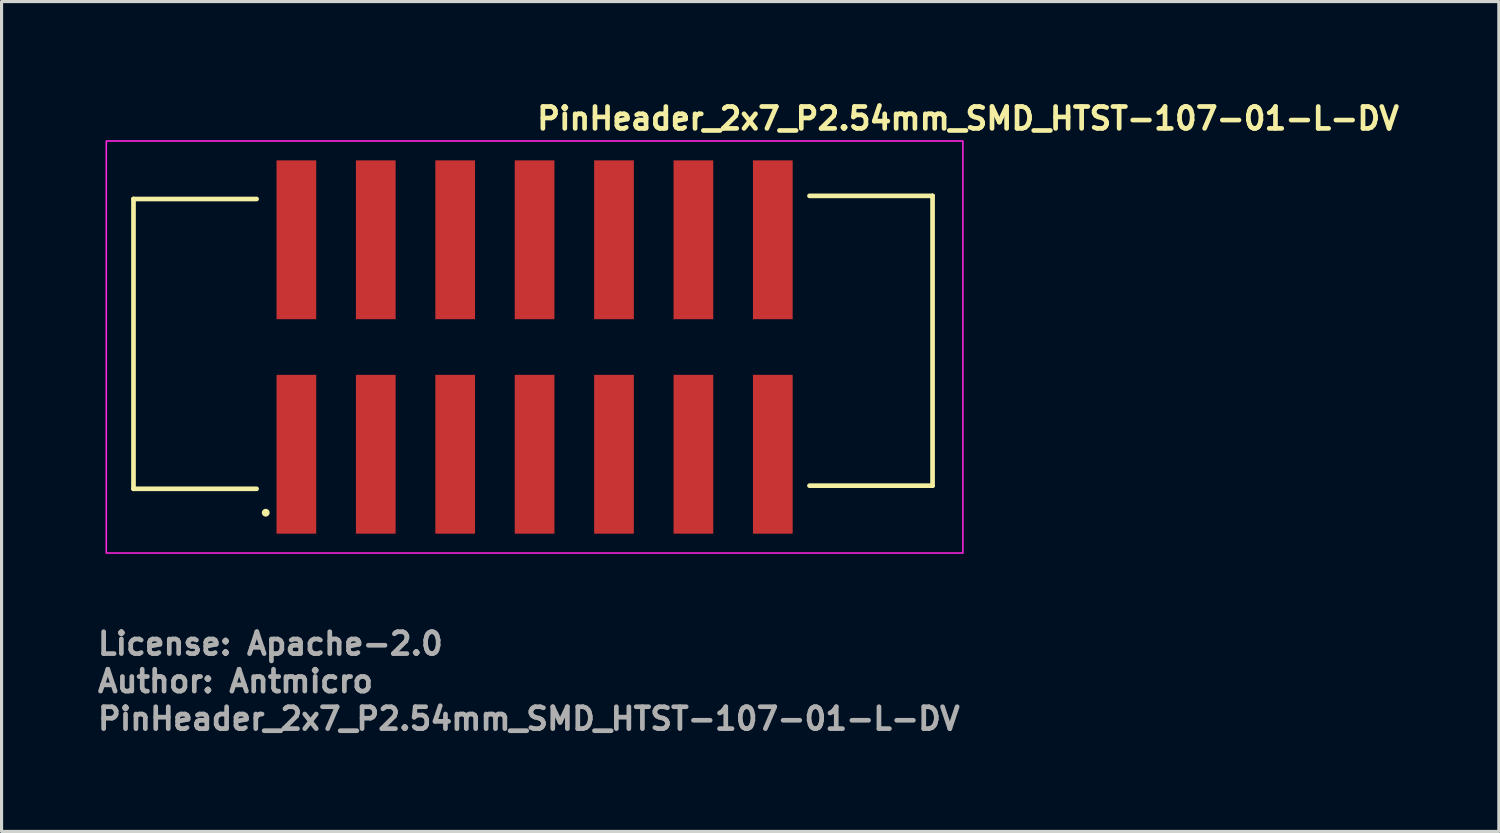
<source format=kicad_pcb>
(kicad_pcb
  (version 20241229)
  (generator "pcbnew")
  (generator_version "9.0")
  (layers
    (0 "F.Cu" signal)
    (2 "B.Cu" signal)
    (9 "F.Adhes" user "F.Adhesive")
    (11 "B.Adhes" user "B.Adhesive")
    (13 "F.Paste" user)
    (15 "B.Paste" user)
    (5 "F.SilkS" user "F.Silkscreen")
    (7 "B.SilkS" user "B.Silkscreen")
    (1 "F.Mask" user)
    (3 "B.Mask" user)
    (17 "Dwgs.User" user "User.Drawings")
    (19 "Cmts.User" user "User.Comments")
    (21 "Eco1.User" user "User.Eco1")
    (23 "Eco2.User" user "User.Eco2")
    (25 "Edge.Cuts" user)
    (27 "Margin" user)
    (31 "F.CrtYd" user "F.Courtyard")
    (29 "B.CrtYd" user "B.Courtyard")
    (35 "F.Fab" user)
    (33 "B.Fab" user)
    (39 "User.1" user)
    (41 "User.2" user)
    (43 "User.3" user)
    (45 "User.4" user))
  (footprint "PinHeader_2x7_P2.54mm_SMD_HTST-107-01-L-DV"
    (layer "F.Cu")
    (at 14.05 8.05)
    (property "Reference" "PinHeader_2x7_P2.54mm_SMD_HTST-107-01-L-DV" (at 0 -6.9 0) (unlocked yes) (layer "F.SilkS") (effects (font (size 0.7 0.7) (thickness 0.15)) (justify left bottom)))
    (attr smd)
    (fp_poly (pts (xy -8.306 -0.838) (xy -8.306 -6.02) (xy -6.934 -6.02) (xy -6.934 -0.838)) (stroke (width 0) (type solid)) (fill yes) (layer "F.Mask"))
    (fp_poly (pts (xy -8.306 6.02) (xy -8.306 0.838) (xy -6.934 0.838) (xy -6.934 6.02)) (stroke (width 0) (type solid)) (fill yes) (layer "F.Mask"))
    (fp_poly (pts (xy -5.766 -0.838) (xy -5.766 -6.02) (xy -4.394 -6.02) (xy -4.394 -0.838)) (stroke (width 0) (type solid)) (fill yes) (layer "F.Mask"))
    (fp_poly (pts (xy -5.766 6.02) (xy -5.766 0.838) (xy -4.394 0.838) (xy -4.394 6.02)) (stroke (width 0) (type solid)) (fill yes) (layer "F.Mask"))
    (fp_poly (pts (xy -3.226 -0.838) (xy -3.226 -6.02) (xy -1.854 -6.02) (xy -1.854 -0.838)) (stroke (width 0) (type solid)) (fill yes) (layer "F.Mask"))
    (fp_poly (pts (xy -3.226 6.02) (xy -3.226 0.838) (xy -1.854 0.838) (xy -1.854 6.02)) (stroke (width 0) (type solid)) (fill yes) (layer "F.Mask"))
    (fp_poly (pts (xy -0.686 -0.838) (xy -0.686 -6.02) (xy 0.686 -6.02) (xy 0.686 -0.838)) (stroke (width 0) (type solid)) (fill yes) (layer "F.Mask"))
    (fp_poly (pts (xy -0.686 6.02) (xy -0.686 0.838) (xy 0.686 0.838) (xy 0.686 6.02)) (stroke (width 0) (type solid)) (fill yes) (layer "F.Mask"))
    (fp_poly (pts (xy 1.854 -0.838) (xy 1.854 -6.02) (xy 3.226 -6.02) (xy 3.226 -0.838)) (stroke (width 0) (type solid)) (fill yes) (layer "F.Mask"))
    (fp_poly (pts (xy 1.854 6.02) (xy 1.854 0.838) (xy 3.226 0.838) (xy 3.226 6.02)) (stroke (width 0) (type solid)) (fill yes) (layer "F.Mask"))
    (fp_poly (pts (xy 4.394 -0.838) (xy 4.394 -6.02) (xy 5.766 -6.02) (xy 5.766 -0.838)) (stroke (width 0) (type solid)) (fill yes) (layer "F.Mask"))
    (fp_poly (pts (xy 4.394 6.02) (xy 4.394 0.838) (xy 5.766 0.838) (xy 5.766 6.02)) (stroke (width 0) (type solid)) (fill yes) (layer "F.Mask"))
    (fp_poly (pts (xy 6.934 -0.838) (xy 6.934 -6.02) (xy 8.306 -6.02) (xy 8.306 -0.838)) (stroke (width 0) (type solid)) (fill yes) (layer "F.Mask"))
    (fp_poly (pts (xy 6.934 6.02) (xy 6.934 0.838) (xy 8.306 0.838) (xy 8.306 6.02)) (stroke (width 0) (type solid)) (fill yes) (layer "F.Mask"))
    (fp_line (start -12.83 4.535) (end -12.83 -4.735) (stroke (width 0.15) (type solid)) (layer "F.SilkS"))
    (fp_line (start -8.893 -4.735) (end -12.83 -4.735) (stroke (width 0.15) (type solid)) (layer "F.SilkS"))
    (fp_line (start -8.893 4.535) (end -12.83 4.535) (stroke (width 0.15) (type solid)) (layer "F.SilkS"))
    (fp_line (start 8.793 -4.835) (end 12.73 -4.835) (stroke (width 0.15) (type solid)) (layer "F.SilkS"))
    (fp_line (start 8.793 4.435) (end 12.73 4.435) (stroke (width 0.15) (type solid)) (layer "F.SilkS"))
    (fp_line (start 12.73 -4.835) (end 12.73 4.435) (stroke (width 0.15) (type solid)) (layer "F.SilkS"))
    (fp_circle (center -8.6 5.3) (end -8.55 5.3) (stroke (width 0.15) (type solid)) (fill yes) (layer "F.SilkS"))
    (fp_poly (pts (xy -8.255 -0.889) (xy -8.255 -5.969) (xy -6.985 -5.969) (xy -6.985 -0.889)) (stroke (width 0) (type solid)) (fill yes) (layer "F.Paste"))
    (fp_poly (pts (xy -8.255 5.969) (xy -8.255 0.889) (xy -6.985 0.889) (xy -6.985 5.969)) (stroke (width 0) (type solid)) (fill yes) (layer "F.Paste"))
    (fp_poly (pts (xy -5.715 -0.889) (xy -5.715 -5.969) (xy -4.445 -5.969) (xy -4.445 -0.889)) (stroke (width 0) (type solid)) (fill yes) (layer "F.Paste"))
    (fp_poly (pts (xy -5.715 5.969) (xy -5.715 0.889) (xy -4.445 0.889) (xy -4.445 5.969)) (stroke (width 0) (type solid)) (fill yes) (layer "F.Paste"))
    (fp_poly (pts (xy -3.175 -0.889) (xy -3.175 -5.969) (xy -1.905 -5.969) (xy -1.905 -0.889)) (stroke (width 0) (type solid)) (fill yes) (layer "F.Paste"))
    (fp_poly (pts (xy -3.175 5.969) (xy -3.175 0.889) (xy -1.905 0.889) (xy -1.905 5.969)) (stroke (width 0) (type solid)) (fill yes) (layer "F.Paste"))
    (fp_poly (pts (xy -0.635 -0.889) (xy -0.635 -5.969) (xy 0.635 -5.969) (xy 0.635 -0.889)) (stroke (width 0) (type solid)) (fill yes) (layer "F.Paste"))
    (fp_poly (pts (xy -0.635 5.969) (xy -0.635 0.889) (xy 0.635 0.889) (xy 0.635 5.969)) (stroke (width 0) (type solid)) (fill yes) (layer "F.Paste"))
    (fp_poly (pts (xy 1.905 -0.889) (xy 1.905 -5.969) (xy 3.175 -5.969) (xy 3.175 -0.889)) (stroke (width 0) (type solid)) (fill yes) (layer "F.Paste"))
    (fp_poly (pts (xy 1.905 5.969) (xy 1.905 0.889) (xy 3.175 0.889) (xy 3.175 5.969)) (stroke (width 0) (type solid)) (fill yes) (layer "F.Paste"))
    (fp_poly (pts (xy 4.445 -0.889) (xy 4.445 -5.969) (xy 5.715 -5.969) (xy 5.715 -0.889)) (stroke (width 0) (type solid)) (fill yes) (layer "F.Paste"))
    (fp_poly (pts (xy 4.445 5.969) (xy 4.445 0.889) (xy 5.715 0.889) (xy 5.715 5.969)) (stroke (width 0) (type solid)) (fill yes) (layer "F.Paste"))
    (fp_poly (pts (xy 6.985 -0.889) (xy 6.985 -5.969) (xy 8.255 -5.969) (xy 8.255 -0.889)) (stroke (width 0) (type solid)) (fill yes) (layer "F.Paste"))
    (fp_poly (pts (xy 6.985 5.969) (xy 6.985 0.889) (xy 8.255 0.889) (xy 8.255 5.969)) (stroke (width 0) (type solid)) (fill yes) (layer "F.Paste"))
    (fp_rect (start -13.7 -6.59) (end 13.7 6.59) (stroke (width 0.05) (type solid)) (fill no) (layer "F.CrtYd"))
    (fp_rect (start -12.7 -5.588) (end 12.7 5.588) (stroke (width 0.1) (type solid)) (fill no) (layer "User.5"))
    (fp_line (start -12.7 -4.826) (end -12.7 4.445) (stroke (width 0.02) (type solid)) (layer "User.9"))
    (fp_line (start -11.875 -3.62) (end -11.875 3.62) (stroke (width 0.02) (type solid)) (layer "User.9"))
    (fp_line (start -11.875 -3.62) (end -11.43 -3.175) (stroke (width 0.02) (type solid)) (layer "User.9"))
    (fp_line (start -11.875 3.62) (end -11.43 3.175) (stroke (width 0.02) (type solid)) (layer "User.9"))
    (fp_line (start -11.875 3.62) (end -2.54 3.62) (stroke (width 0.02) (type solid)) (layer "User.9"))
    (fp_line (start -11.43 -4.826) (end -12.7 -4.826) (stroke (width 0.02) (type solid)) (layer "User.9"))
    (fp_line (start -11.43 -4.445) (end -11.43 -4.826) (stroke (width 0.02) (type solid)) (layer "User.9"))
    (fp_line (start -11.43 -3.175) (end -11.43 3.175) (stroke (width 0.02) (type solid)) (layer "User.9"))
    (fp_line (start -11.43 3.175) (end -2.54 3.175) (stroke (width 0.02) (type solid)) (layer "User.9"))
    (fp_line (start -8.255 4.191) (end -8.255 4.445) (stroke (width 0.02) (type solid)) (layer "User.9"))
    (fp_line (start -8.255 4.191) (end -8.255 4.445) (stroke (width 0.02) (type solid)) (layer "User.9"))
    (fp_line (start -8.255 4.445) (end -12.7 4.445) (stroke (width 0.02) (type solid)) (layer "User.9"))
    (fp_line (start -8.23 4.445) (end -8.255 4.445) (stroke (width 0.02) (type solid)) (layer "User.9"))
    (fp_line (start -8.23 4.445) (end -8.23 4.216) (stroke (width 0.02) (type solid)) (layer "User.9"))
    (fp_line (start -7.938 -5.588) (end -7.938 -5.429) (stroke (width 0.02) (type solid)) (layer "User.9"))
    (fp_line (start -7.938 -5.429) (end -7.938 -4.445) (stroke (width 0.02) (type solid)) (layer "User.9"))
    (fp_line (start -7.938 -1.587) (end -7.938 -1.429) (stroke (width 0.02) (type solid)) (layer "User.9"))
    (fp_line (start -7.938 -1.429) (end -7.938 -1.111) (stroke (width 0.02) (type solid)) (layer "User.9"))
    (fp_line (start -7.938 -1.111) (end -7.938 -0.952) (stroke (width 0.02) (type solid)) (layer "User.9"))
    (fp_line (start -7.938 0.952) (end -7.938 1.111) (stroke (width 0.02) (type solid)) (layer "User.9"))
    (fp_line (start -7.938 1.111) (end -7.938 1.429) (stroke (width 0.02) (type solid)) (layer "User.9"))
    (fp_line (start -7.938 1.429) (end -7.938 1.587) (stroke (width 0.02) (type solid)) (layer "User.9"))
    (fp_line (start -7.938 4.445) (end -7.938 5.429) (stroke (width 0.02) (type solid)) (layer "User.9"))
    (fp_line (start -7.938 5.429) (end -7.938 5.588) (stroke (width 0.02) (type solid)) (layer "User.9"))
    (fp_line (start -7.62 4.445) (end -8.23 4.445) (stroke (width 0.02) (type solid)) (layer "User.9"))
    (fp_line (start -7.62 4.445) (end -7.62 4.216) (stroke (width 0.02) (type solid)) (layer "User.9"))
    (fp_line (start -7.302 -5.588) (end -7.938 -5.588) (stroke (width 0.02) (type solid)) (layer "User.9"))
    (fp_line (start -7.302 -5.588) (end -7.302 -5.429) (stroke (width 0.02) (type solid)) (layer "User.9"))
    (fp_line (start -7.302 -5.429) (end -7.938 -5.429) (stroke (width 0.02) (type solid)) (layer "User.9"))
    (fp_line (start -7.302 -5.429) (end -7.302 -4.445) (stroke (width 0.02) (type solid)) (layer "User.9"))
    (fp_line (start -7.302 -1.587) (end -7.938 -1.587) (stroke (width 0.02) (type solid)) (layer "User.9"))
    (fp_line (start -7.302 -1.587) (end -7.302 -1.429) (stroke (width 0.02) (type solid)) (layer "User.9"))
    (fp_line (start -7.302 -1.429) (end -7.938 -1.429) (stroke (width 0.02) (type solid)) (layer "User.9"))
    (fp_line (start -7.302 -1.429) (end -7.302 -1.111) (stroke (width 0.02) (type solid)) (layer "User.9"))
    (fp_line (start -7.302 -1.111) (end -7.938 -1.111) (stroke (width 0.02) (type solid)) (layer "User.9"))
    (fp_line (start -7.302 -1.111) (end -7.302 -0.952) (stroke (width 0.02) (type solid)) (layer "User.9"))
    (fp_line (start -7.302 -0.952) (end -7.938 -0.952) (stroke (width 0.02) (type solid)) (layer "User.9"))
    (fp_line (start -7.302 0.952) (end -7.938 0.952) (stroke (width 0.02) (type solid)) (layer "User.9"))
    (fp_line (start -7.302 0.952) (end -7.302 1.111) (stroke (width 0.02) (type solid)) (layer "User.9"))
    (fp_line (start -7.302 1.111) (end -7.938 1.111) (stroke (width 0.02) (type solid)) (layer "User.9"))
    (fp_line (start -7.302 1.111) (end -7.302 1.429) (stroke (width 0.02) (type solid)) (layer "User.9"))
    (fp_line (start -7.302 1.429) (end -7.938 1.429) (stroke (width 0.02) (type solid)) (layer "User.9"))
    (fp_line (start -7.302 1.429) (end -7.302 1.587) (stroke (width 0.02) (type solid)) (layer "User.9"))
    (fp_line (start -7.302 1.587) (end -7.938 1.587) (stroke (width 0.02) (type solid)) (layer "User.9"))
    (fp_line (start -7.302 4.445) (end -7.302 5.429) (stroke (width 0.02) (type solid)) (layer "User.9"))
    (fp_line (start -7.302 5.429) (end -7.938 5.429) (stroke (width 0.02) (type solid)) (layer "User.9"))
    (fp_line (start -7.302 5.429) (end -7.302 5.588) (stroke (width 0.02) (type solid)) (layer "User.9"))
    (fp_line (start -7.302 5.588) (end -7.938 5.588) (stroke (width 0.02) (type solid)) (layer "User.9"))
    (fp_line (start -7.01 4.216) (end -8.23 4.216) (stroke (width 0.02) (type solid)) (layer "User.9"))
    (fp_line (start -7.01 4.445) (end -7.62 4.445) (stroke (width 0.02) (type solid)) (layer "User.9"))
    (fp_line (start -7.01 4.445) (end -7.01 4.216) (stroke (width 0.02) (type solid)) (layer "User.9"))
    (fp_line (start -6.985 4.191) (end -8.255 4.191) (stroke (width 0.02) (type solid)) (layer "User.9"))
    (fp_line (start -6.985 4.191) (end -8.255 4.191) (stroke (width 0.02) (type solid)) (layer "User.9"))
    (fp_line (start -6.985 4.191) (end -6.985 4.445) (stroke (width 0.02) (type solid)) (layer "User.9"))
    (fp_line (start -6.985 4.191) (end -6.985 4.445) (stroke (width 0.02) (type solid)) (layer "User.9"))
    (fp_line (start -6.985 4.445) (end -7.01 4.445) (stroke (width 0.02) (type solid)) (layer "User.9"))
    (fp_line (start -5.398 -5.429) (end -5.398 -5.588) (stroke (width 0.02) (type solid)) (layer "User.9"))
    (fp_line (start -5.398 -4.445) (end -5.398 -5.429) (stroke (width 0.02) (type solid)) (layer "User.9"))
    (fp_line (start -5.398 -1.429) (end -5.398 -1.587) (stroke (width 0.02) (type solid)) (layer "User.9"))
    (fp_line (start -5.398 -1.111) (end -5.398 -1.429) (stroke (width 0.02) (type solid)) (layer "User.9"))
    (fp_line (start -5.398 -0.952) (end -5.398 -1.111) (stroke (width 0.02) (type solid)) (layer "User.9"))
    (fp_line (start -5.398 1.111) (end -5.398 0.952) (stroke (width 0.02) (type solid)) (layer "User.9"))
    (fp_line (start -5.398 1.429) (end -5.398 1.111) (stroke (width 0.02) (type solid)) (layer "User.9"))
    (fp_line (start -5.398 1.587) (end -5.398 1.429) (stroke (width 0.02) (type solid)) (layer "User.9"))
    (fp_line (start -5.398 5.429) (end -5.398 4.445) (stroke (width 0.02) (type solid)) (layer "User.9"))
    (fp_line (start -5.398 5.588) (end -5.398 5.429) (stroke (width 0.02) (type solid)) (layer "User.9"))
    (fp_line (start -4.762 -5.588) (end -5.398 -5.588) (stroke (width 0.02) (type solid)) (layer "User.9"))
    (fp_line (start -4.762 -5.588) (end -4.762 -5.429) (stroke (width 0.02) (type solid)) (layer "User.9"))
    (fp_line (start -4.762 -5.429) (end -5.398 -5.429) (stroke (width 0.02) (type solid)) (layer "User.9"))
    (fp_line (start -4.762 -5.429) (end -4.762 -4.445) (stroke (width 0.02) (type solid)) (layer "User.9"))
    (fp_line (start -4.762 -1.587) (end -5.398 -1.587) (stroke (width 0.02) (type solid)) (layer "User.9"))
    (fp_line (start -4.762 -1.587) (end -4.762 -1.429) (stroke (width 0.02) (type solid)) (layer "User.9"))
    (fp_line (start -4.762 -1.429) (end -5.398 -1.429) (stroke (width 0.02) (type solid)) (layer "User.9"))
    (fp_line (start -4.762 -1.429) (end -4.762 -1.111) (stroke (width 0.02) (type solid)) (layer "User.9"))
    (fp_line (start -4.762 -1.111) (end -5.398 -1.111) (stroke (width 0.02) (type solid)) (layer "User.9"))
    (fp_line (start -4.762 -1.111) (end -4.762 -0.952) (stroke (width 0.02) (type solid)) (layer "User.9"))
    (fp_line (start -4.762 -0.952) (end -5.398 -0.952) (stroke (width 0.02) (type solid)) (layer "User.9"))
    (fp_line (start -4.762 0.952) (end -5.398 0.952) (stroke (width 0.02) (type solid)) (layer "User.9"))
    (fp_line (start -4.762 0.952) (end -4.762 1.111) (stroke (width 0.02) (type solid)) (layer "User.9"))
    (fp_line (start -4.762 1.111) (end -5.398 1.111) (stroke (width 0.02) (type solid)) (layer "User.9"))
    (fp_line (start -4.762 1.111) (end -4.762 1.429) (stroke (width 0.02) (type solid)) (layer "User.9"))
    (fp_line (start -4.762 1.429) (end -5.398 1.429) (stroke (width 0.02) (type solid)) (layer "User.9"))
    (fp_line (start -4.762 1.429) (end -4.762 1.587) (stroke (width 0.02) (type solid)) (layer "User.9"))
    (fp_line (start -4.762 1.587) (end -5.398 1.587) (stroke (width 0.02) (type solid)) (layer "User.9"))
    (fp_line (start -4.762 4.445) (end -4.762 5.429) (stroke (width 0.02) (type solid)) (layer "User.9"))
    (fp_line (start -4.762 5.429) (end -5.398 5.429) (stroke (width 0.02) (type solid)) (layer "User.9"))
    (fp_line (start -4.762 5.429) (end -4.762 5.588) (stroke (width 0.02) (type solid)) (layer "User.9"))
    (fp_line (start -4.762 5.588) (end -5.398 5.588) (stroke (width 0.02) (type solid)) (layer "User.9"))
    (fp_line (start -2.858 -5.429) (end -2.858 -5.588) (stroke (width 0.02) (type solid)) (layer "User.9"))
    (fp_line (start -2.858 -4.445) (end -2.858 -5.429) (stroke (width 0.02) (type solid)) (layer "User.9"))
    (fp_line (start -2.858 -1.429) (end -2.858 -1.587) (stroke (width 0.02) (type solid)) (layer "User.9"))
    (fp_line (start -2.858 -1.111) (end -2.858 -1.429) (stroke (width 0.02) (type solid)) (layer "User.9"))
    (fp_line (start -2.858 -0.952) (end -2.858 -1.111) (stroke (width 0.02) (type solid)) (layer "User.9"))
    (fp_line (start -2.858 1.111) (end -2.858 0.952) (stroke (width 0.02) (type solid)) (layer "User.9"))
    (fp_line (start -2.858 1.429) (end -2.858 1.111) (stroke (width 0.02) (type solid)) (layer "User.9"))
    (fp_line (start -2.858 1.587) (end -2.858 1.429) (stroke (width 0.02) (type solid)) (layer "User.9"))
    (fp_line (start -2.858 5.429) (end -2.858 4.445) (stroke (width 0.02) (type solid)) (layer "User.9"))
    (fp_line (start -2.858 5.588) (end -2.858 5.429) (stroke (width 0.02) (type solid)) (layer "User.9"))
    (fp_line (start -2.54 3.175) (end -2.54 3.62) (stroke (width 0.02) (type solid)) (layer "User.9"))
    (fp_line (start -2.54 3.175) (end 2.54 3.175) (stroke (width 0.02) (type solid)) (layer "User.9"))
    (fp_line (start -2.54 4.445) (end -6.985 4.445) (stroke (width 0.02) (type solid)) (layer "User.9"))
    (fp_line (start -2.54 4.445) (end -2.54 3.62) (stroke (width 0.02) (type solid)) (layer "User.9"))
    (fp_line (start -2.54 4.445) (end 2.54 4.445) (stroke (width 0.02) (type solid)) (layer "User.9"))
    (fp_line (start -2.222 -5.588) (end -2.858 -5.588) (stroke (width 0.02) (type solid)) (layer "User.9"))
    (fp_line (start -2.222 -5.588) (end -2.222 -5.429) (stroke (width 0.02) (type solid)) (layer "User.9"))
    (fp_line (start -2.222 -5.429) (end -2.858 -5.429) (stroke (width 0.02) (type solid)) (layer "User.9"))
    (fp_line (start -2.222 -5.429) (end -2.222 -4.445) (stroke (width 0.02) (type solid)) (layer "User.9"))
    (fp_line (start -2.222 -1.587) (end -2.858 -1.587) (stroke (width 0.02) (type solid)) (layer "User.9"))
    (fp_line (start -2.222 -1.587) (end -2.222 -1.429) (stroke (width 0.02) (type solid)) (layer "User.9"))
    (fp_line (start -2.222 -1.429) (end -2.858 -1.429) (stroke (width 0.02) (type solid)) (layer "User.9"))
    (fp_line (start -2.222 -1.429) (end -2.222 -1.111) (stroke (width 0.02) (type solid)) (layer "User.9"))
    (fp_line (start -2.222 -1.111) (end -2.858 -1.111) (stroke (width 0.02) (type solid)) (layer "User.9"))
    (fp_line (start -2.222 -1.111) (end -2.222 -0.952) (stroke (width 0.02) (type solid)) (layer "User.9"))
    (fp_line (start -2.222 -0.952) (end -2.858 -0.952) (stroke (width 0.02) (type solid)) (layer "User.9"))
    (fp_line (start -2.222 0.952) (end -2.858 0.952) (stroke (width 0.02) (type solid)) (layer "User.9"))
    (fp_line (start -2.222 0.952) (end -2.222 1.111) (stroke (width 0.02) (type solid)) (layer "User.9"))
    (fp_line (start -2.222 1.111) (end -2.858 1.111) (stroke (width 0.02) (type solid)) (layer "User.9"))
    (fp_line (start -2.222 1.111) (end -2.222 1.429) (stroke (width 0.02) (type solid)) (layer "User.9"))
    (fp_line (start -2.222 1.429) (end -2.858 1.429) (stroke (width 0.02) (type solid)) (layer "User.9"))
    (fp_line (start -2.222 1.429) (end -2.222 1.587) (stroke (width 0.02) (type solid)) (layer "User.9"))
    (fp_line (start -2.222 1.587) (end -2.858 1.587) (stroke (width 0.02) (type solid)) (layer "User.9"))
    (fp_line (start -2.222 4.445) (end -2.222 5.429) (stroke (width 0.02) (type solid)) (layer "User.9"))
    (fp_line (start -2.222 5.429) (end -2.858 5.429) (stroke (width 0.02) (type solid)) (layer "User.9"))
    (fp_line (start -2.222 5.429) (end -2.222 5.588) (stroke (width 0.02) (type solid)) (layer "User.9"))
    (fp_line (start -2.222 5.588) (end -2.858 5.588) (stroke (width 0.02) (type solid)) (layer "User.9"))
    (fp_line (start -1.27 -4.826) (end -1.27 -4.445) (stroke (width 0.02) (type solid)) (layer "User.9"))
    (fp_line (start -1.27 -4.445) (end -11.43 -4.445) (stroke (width 0.02) (type solid)) (layer "User.9"))
    (fp_line (start -0.318 -5.429) (end -0.318 -5.588) (stroke (width 0.02) (type solid)) (layer "User.9"))
    (fp_line (start -0.318 -4.826) (end -0.318 -5.429) (stroke (width 0.02) (type solid)) (layer "User.9"))
    (fp_line (start -0.318 -1.429) (end -0.318 -1.587) (stroke (width 0.02) (type solid)) (layer "User.9"))
    (fp_line (start -0.318 -1.111) (end -0.318 -1.429) (stroke (width 0.02) (type solid)) (layer "User.9"))
    (fp_line (start -0.318 -0.952) (end -0.318 -1.111) (stroke (width 0.02) (type solid)) (layer "User.9"))
    (fp_line (start -0.318 1.111) (end -0.318 0.952) (stroke (width 0.02) (type solid)) (layer "User.9"))
    (fp_line (start -0.318 1.429) (end -0.318 1.111) (stroke (width 0.02) (type solid)) (layer "User.9"))
    (fp_line (start -0.318 1.587) (end -0.318 1.429) (stroke (width 0.02) (type solid)) (layer "User.9"))
    (fp_line (start -0.318 5.429) (end -0.318 4.445) (stroke (width 0.02) (type solid)) (layer "User.9"))
    (fp_line (start -0.318 5.588) (end -0.318 5.429) (stroke (width 0.02) (type solid)) (layer "User.9"))
    (fp_line (start 0.318 -5.588) (end -0.318 -5.588) (stroke (width 0.02) (type solid)) (layer "User.9"))
    (fp_line (start 0.318 -5.588) (end 0.318 -5.429) (stroke (width 0.02) (type solid)) (layer "User.9"))
    (fp_line (start 0.318 -5.429) (end -0.318 -5.429) (stroke (width 0.02) (type solid)) (layer "User.9"))
    (fp_line (start 0.318 -5.429) (end 0.318 -4.826) (stroke (width 0.02) (type solid)) (layer "User.9"))
    (fp_line (start 0.318 -1.587) (end -0.318 -1.587) (stroke (width 0.02) (type solid)) (layer "User.9"))
    (fp_line (start 0.318 -1.587) (end 0.318 -1.429) (stroke (width 0.02) (type solid)) (layer "User.9"))
    (fp_line (start 0.318 -1.429) (end -0.318 -1.429) (stroke (width 0.02) (type solid)) (layer "User.9"))
    (fp_line (start 0.318 -1.429) (end 0.318 -1.111) (stroke (width 0.02) (type solid)) (layer "User.9"))
    (fp_line (start 0.318 -1.111) (end -0.318 -1.111) (stroke (width 0.02) (type solid)) (layer "User.9"))
    (fp_line (start 0.318 -1.111) (end 0.318 -0.952) (stroke (width 0.02) (type solid)) (layer "User.9"))
    (fp_line (start 0.318 -0.952) (end -0.318 -0.952) (stroke (width 0.02) (type solid)) (layer "User.9"))
    (fp_line (start 0.318 0.952) (end -0.318 0.952) (stroke (width 0.02) (type solid)) (layer "User.9"))
    (fp_line (start 0.318 0.952) (end 0.318 1.111) (stroke (width 0.02) (type solid)) (layer "User.9"))
    (fp_line (start 0.318 1.111) (end -0.318 1.111) (stroke (width 0.02) (type solid)) (layer "User.9"))
    (fp_line (start 0.318 1.111) (end 0.318 1.429) (stroke (width 0.02) (type solid)) (layer "User.9"))
    (fp_line (start 0.318 1.429) (end -0.318 1.429) (stroke (width 0.02) (type solid)) (layer "User.9"))
    (fp_line (start 0.318 1.429) (end 0.318 1.587) (stroke (width 0.02) (type solid)) (layer "User.9"))
    (fp_line (start 0.318 1.587) (end -0.318 1.587) (stroke (width 0.02) (type solid)) (layer "User.9"))
    (fp_line (start 0.318 4.445) (end 0.318 5.429) (stroke (width 0.02) (type solid)) (layer "User.9"))
    (fp_line (start 0.318 5.429) (end -0.318 5.429) (stroke (width 0.02) (type solid)) (layer "User.9"))
    (fp_line (start 0.318 5.429) (end 0.318 5.588) (stroke (width 0.02) (type solid)) (layer "User.9"))
    (fp_line (start 0.318 5.588) (end -0.318 5.588) (stroke (width 0.02) (type solid)) (layer "User.9"))
    (fp_line (start 1.27 -4.826) (end -1.27 -4.826) (stroke (width 0.02) (type solid)) (layer "User.9"))
    (fp_line (start 1.27 -4.445) (end 1.27 -4.826) (stroke (width 0.02) (type solid)) (layer "User.9"))
    (fp_line (start 2.222 -5.429) (end 2.222 -5.588) (stroke (width 0.02) (type solid)) (layer "User.9"))
    (fp_line (start 2.222 -4.445) (end 2.222 -5.429) (stroke (width 0.02) (type solid)) (layer "User.9"))
    (fp_line (start 2.222 -1.429) (end 2.222 -1.587) (stroke (width 0.02) (type solid)) (layer "User.9"))
    (fp_line (start 2.222 -1.111) (end 2.222 -1.429) (stroke (width 0.02) (type solid)) (layer "User.9"))
    (fp_line (start 2.222 -0.952) (end 2.222 -1.111) (stroke (width 0.02) (type solid)) (layer "User.9"))
    (fp_line (start 2.222 1.111) (end 2.222 0.952) (stroke (width 0.02) (type solid)) (layer "User.9"))
    (fp_line (start 2.222 1.429) (end 2.222 1.111) (stroke (width 0.02) (type solid)) (layer "User.9"))
    (fp_line (start 2.222 1.587) (end 2.222 1.429) (stroke (width 0.02) (type solid)) (layer "User.9"))
    (fp_line (start 2.222 5.429) (end 2.222 4.445) (stroke (width 0.02) (type solid)) (layer "User.9"))
    (fp_line (start 2.222 5.588) (end 2.222 5.429) (stroke (width 0.02) (type solid)) (layer "User.9"))
    (fp_line (start 2.54 3.175) (end 11.43 3.175) (stroke (width 0.02) (type solid)) (layer "User.9"))
    (fp_line (start 2.54 3.62) (end 2.54 3.175) (stroke (width 0.02) (type solid)) (layer "User.9"))
    (fp_line (start 2.54 3.62) (end 2.54 4.445) (stroke (width 0.02) (type solid)) (layer "User.9"))
    (fp_line (start 2.54 3.62) (end 11.875 3.62) (stroke (width 0.02) (type solid)) (layer "User.9"))
    (fp_line (start 2.858 -5.588) (end 2.222 -5.588) (stroke (width 0.02) (type solid)) (layer "User.9"))
    (fp_line (start 2.858 -5.588) (end 2.858 -5.429) (stroke (width 0.02) (type solid)) (layer "User.9"))
    (fp_line (start 2.858 -5.429) (end 2.222 -5.429) (stroke (width 0.02) (type solid)) (layer "User.9"))
    (fp_line (start 2.858 -5.429) (end 2.858 -4.445) (stroke (width 0.02) (type solid)) (layer "User.9"))
    (fp_line (start 2.858 -1.587) (end 2.222 -1.587) (stroke (width 0.02) (type solid)) (layer "User.9"))
    (fp_line (start 2.858 -1.587) (end 2.858 -1.429) (stroke (width 0.02) (type solid)) (layer "User.9"))
    (fp_line (start 2.858 -1.429) (end 2.222 -1.429) (stroke (width 0.02) (type solid)) (layer "User.9"))
    (fp_line (start 2.858 -1.429) (end 2.858 -1.111) (stroke (width 0.02) (type solid)) (layer "User.9"))
    (fp_line (start 2.858 -1.111) (end 2.222 -1.111) (stroke (width 0.02) (type solid)) (layer "User.9"))
    (fp_line (start 2.858 -1.111) (end 2.858 -0.952) (stroke (width 0.02) (type solid)) (layer "User.9"))
    (fp_line (start 2.858 -0.952) (end 2.222 -0.952) (stroke (width 0.02) (type solid)) (layer "User.9"))
    (fp_line (start 2.858 0.952) (end 2.222 0.952) (stroke (width 0.02) (type solid)) (layer "User.9"))
    (fp_line (start 2.858 0.952) (end 2.858 1.111) (stroke (width 0.02) (type solid)) (layer "User.9"))
    (fp_line (start 2.858 1.111) (end 2.222 1.111) (stroke (width 0.02) (type solid)) (layer "User.9"))
    (fp_line (start 2.858 1.111) (end 2.858 1.429) (stroke (width 0.02) (type solid)) (layer "User.9"))
    (fp_line (start 2.858 1.429) (end 2.222 1.429) (stroke (width 0.02) (type solid)) (layer "User.9"))
    (fp_line (start 2.858 1.429) (end 2.858 1.587) (stroke (width 0.02) (type solid)) (layer "User.9"))
    (fp_line (start 2.858 1.587) (end 2.222 1.587) (stroke (width 0.02) (type solid)) (layer "User.9"))
    (fp_line (start 2.858 4.445) (end 2.858 5.429) (stroke (width 0.02) (type solid)) (layer "User.9"))
    (fp_line (start 2.858 5.429) (end 2.222 5.429) (stroke (width 0.02) (type solid)) (layer "User.9"))
    (fp_line (start 2.858 5.429) (end 2.858 5.588) (stroke (width 0.02) (type solid)) (layer "User.9"))
    (fp_line (start 2.858 5.588) (end 2.222 5.588) (stroke (width 0.02) (type solid)) (layer "User.9"))
    (fp_line (start 4.762 -5.429) (end 4.762 -5.588) (stroke (width 0.02) (type solid)) (layer "User.9"))
    (fp_line (start 4.762 -4.445) (end 4.762 -5.429) (stroke (width 0.02) (type solid)) (layer "User.9"))
    (fp_line (start 4.762 -1.429) (end 4.762 -1.587) (stroke (width 0.02) (type solid)) (layer "User.9"))
    (fp_line (start 4.762 -1.111) (end 4.762 -1.429) (stroke (width 0.02) (type solid)) (layer "User.9"))
    (fp_line (start 4.762 -0.952) (end 4.762 -1.111) (stroke (width 0.02) (type solid)) (layer "User.9"))
    (fp_line (start 4.762 1.111) (end 4.762 0.952) (stroke (width 0.02) (type solid)) (layer "User.9"))
    (fp_line (start 4.762 1.429) (end 4.762 1.111) (stroke (width 0.02) (type solid)) (layer "User.9"))
    (fp_line (start 4.762 1.587) (end 4.762 1.429) (stroke (width 0.02) (type solid)) (layer "User.9"))
    (fp_line (start 4.762 5.429) (end 4.762 4.445) (stroke (width 0.02) (type solid)) (layer "User.9"))
    (fp_line (start 4.762 5.588) (end 4.762 5.429) (stroke (width 0.02) (type solid)) (layer "User.9"))
    (fp_line (start 5.398 -5.588) (end 4.762 -5.588) (stroke (width 0.02) (type solid)) (layer "User.9"))
    (fp_line (start 5.398 -5.588) (end 5.398 -5.429) (stroke (width 0.02) (type solid)) (layer "User.9"))
    (fp_line (start 5.398 -5.429) (end 4.762 -5.429) (stroke (width 0.02) (type solid)) (layer "User.9"))
    (fp_line (start 5.398 -5.429) (end 5.398 -4.445) (stroke (width 0.02) (type solid)) (layer "User.9"))
    (fp_line (start 5.398 -1.587) (end 4.762 -1.587) (stroke (width 0.02) (type solid)) (layer "User.9"))
    (fp_line (start 5.398 -1.587) (end 5.398 -1.429) (stroke (width 0.02) (type solid)) (layer "User.9"))
    (fp_line (start 5.398 -1.429) (end 4.762 -1.429) (stroke (width 0.02) (type solid)) (layer "User.9"))
    (fp_line (start 5.398 -1.429) (end 5.398 -1.111) (stroke (width 0.02) (type solid)) (layer "User.9"))
    (fp_line (start 5.398 -1.111) (end 4.762 -1.111) (stroke (width 0.02) (type solid)) (layer "User.9"))
    (fp_line (start 5.398 -1.111) (end 5.398 -0.952) (stroke (width 0.02) (type solid)) (layer "User.9"))
    (fp_line (start 5.398 -0.952) (end 4.762 -0.952) (stroke (width 0.02) (type solid)) (layer "User.9"))
    (fp_line (start 5.398 0.952) (end 4.762 0.952) (stroke (width 0.02) (type solid)) (layer "User.9"))
    (fp_line (start 5.398 0.952) (end 5.398 1.111) (stroke (width 0.02) (type solid)) (layer "User.9"))
    (fp_line (start 5.398 1.111) (end 4.762 1.111) (stroke (width 0.02) (type solid)) (layer "User.9"))
    (fp_line (start 5.398 1.111) (end 5.398 1.429) (stroke (width 0.02) (type solid)) (layer "User.9"))
    (fp_line (start 5.398 1.429) (end 4.762 1.429) (stroke (width 0.02) (type solid)) (layer "User.9"))
    (fp_line (start 5.398 1.429) (end 5.398 1.587) (stroke (width 0.02) (type solid)) (layer "User.9"))
    (fp_line (start 5.398 1.587) (end 4.762 1.587) (stroke (width 0.02) (type solid)) (layer "User.9"))
    (fp_line (start 5.398 4.445) (end 5.398 5.429) (stroke (width 0.02) (type solid)) (layer "User.9"))
    (fp_line (start 5.398 5.429) (end 4.762 5.429) (stroke (width 0.02) (type solid)) (layer "User.9"))
    (fp_line (start 5.398 5.429) (end 5.398 5.588) (stroke (width 0.02) (type solid)) (layer "User.9"))
    (fp_line (start 5.398 5.588) (end 4.762 5.588) (stroke (width 0.02) (type solid)) (layer "User.9"))
    (fp_line (start 7.302 -5.429) (end 7.302 -5.588) (stroke (width 0.02) (type solid)) (layer "User.9"))
    (fp_line (start 7.302 -4.445) (end 7.302 -5.429) (stroke (width 0.02) (type solid)) (layer "User.9"))
    (fp_line (start 7.302 -1.429) (end 7.302 -1.587) (stroke (width 0.02) (type solid)) (layer "User.9"))
    (fp_line (start 7.302 -1.111) (end 7.302 -1.429) (stroke (width 0.02) (type solid)) (layer "User.9"))
    (fp_line (start 7.302 -0.952) (end 7.302 -1.111) (stroke (width 0.02) (type solid)) (layer "User.9"))
    (fp_line (start 7.302 1.111) (end 7.302 0.952) (stroke (width 0.02) (type solid)) (layer "User.9"))
    (fp_line (start 7.302 1.429) (end 7.302 1.111) (stroke (width 0.02) (type solid)) (layer "User.9"))
    (fp_line (start 7.302 1.587) (end 7.302 1.429) (stroke (width 0.02) (type solid)) (layer "User.9"))
    (fp_line (start 7.302 5.429) (end 7.302 4.445) (stroke (width 0.02) (type solid)) (layer "User.9"))
    (fp_line (start 7.302 5.588) (end 7.302 5.429) (stroke (width 0.02) (type solid)) (layer "User.9"))
    (fp_line (start 7.938 -5.588) (end 7.302 -5.588) (stroke (width 0.02) (type solid)) (layer "User.9"))
    (fp_line (start 7.938 -5.588) (end 7.938 -5.429) (stroke (width 0.02) (type solid)) (layer "User.9"))
    (fp_line (start 7.938 -5.429) (end 7.302 -5.429) (stroke (width 0.02) (type solid)) (layer "User.9"))
    (fp_line (start 7.938 -5.429) (end 7.938 -4.445) (stroke (width 0.02) (type solid)) (layer "User.9"))
    (fp_line (start 7.938 -1.587) (end 7.302 -1.587) (stroke (width 0.02) (type solid)) (layer "User.9"))
    (fp_line (start 7.938 -1.587) (end 7.938 -1.429) (stroke (width 0.02) (type solid)) (layer "User.9"))
    (fp_line (start 7.938 -1.429) (end 7.302 -1.429) (stroke (width 0.02) (type solid)) (layer "User.9"))
    (fp_line (start 7.938 -1.429) (end 7.938 -1.111) (stroke (width 0.02) (type solid)) (layer "User.9"))
    (fp_line (start 7.938 -1.111) (end 7.302 -1.111) (stroke (width 0.02) (type solid)) (layer "User.9"))
    (fp_line (start 7.938 -1.111) (end 7.938 -0.952) (stroke (width 0.02) (type solid)) (layer "User.9"))
    (fp_line (start 7.938 -0.952) (end 7.302 -0.952) (stroke (width 0.02) (type solid)) (layer "User.9"))
    (fp_line (start 7.938 0.952) (end 7.302 0.952) (stroke (width 0.02) (type solid)) (layer "User.9"))
    (fp_line (start 7.938 0.952) (end 7.938 1.111) (stroke (width 0.02) (type solid)) (layer "User.9"))
    (fp_line (start 7.938 1.111) (end 7.302 1.111) (stroke (width 0.02) (type solid)) (layer "User.9"))
    (fp_line (start 7.938 1.111) (end 7.938 1.429) (stroke (width 0.02) (type solid)) (layer "User.9"))
    (fp_line (start 7.938 1.429) (end 7.302 1.429) (stroke (width 0.02) (type solid)) (layer "User.9"))
    (fp_line (start 7.938 1.429) (end 7.938 1.587) (stroke (width 0.02) (type solid)) (layer "User.9"))
    (fp_line (start 7.938 1.587) (end 7.302 1.587) (stroke (width 0.02) (type solid)) (layer "User.9"))
    (fp_line (start 7.938 4.445) (end 7.938 5.429) (stroke (width 0.02) (type solid)) (layer "User.9"))
    (fp_line (start 7.938 5.429) (end 7.302 5.429) (stroke (width 0.02) (type solid)) (layer "User.9"))
    (fp_line (start 7.938 5.429) (end 7.938 5.588) (stroke (width 0.02) (type solid)) (layer "User.9"))
    (fp_line (start 7.938 5.588) (end 7.302 5.588) (stroke (width 0.02) (type solid)) (layer "User.9"))
    (fp_line (start 11.43 -4.826) (end 11.43 -4.445) (stroke (width 0.02) (type solid)) (layer "User.9"))
    (fp_line (start 11.43 -4.445) (end 1.27 -4.445) (stroke (width 0.02) (type solid)) (layer "User.9"))
    (fp_line (start 11.43 -3.175) (end -11.43 -3.175) (stroke (width 0.02) (type solid)) (layer "User.9"))
    (fp_line (start 11.43 3.175) (end 11.43 -3.175) (stroke (width 0.02) (type solid)) (layer "User.9"))
    (fp_line (start 11.875 -3.62) (end -11.875 -3.62) (stroke (width 0.02) (type solid)) (layer "User.9"))
    (fp_line (start 11.875 -3.62) (end 11.43 -3.175) (stroke (width 0.02) (type solid)) (layer "User.9"))
    (fp_line (start 11.875 3.62) (end 11.43 3.175) (stroke (width 0.02) (type solid)) (layer "User.9"))
    (fp_line (start 11.875 3.62) (end 11.875 -3.62) (stroke (width 0.02) (type solid)) (layer "User.9"))
    (fp_line (start 12.7 -4.826) (end 11.43 -4.826) (stroke (width 0.02) (type solid)) (layer "User.9"))
    (fp_line (start 12.7 -4.826) (end 12.7 4.445) (stroke (width 0.02) (type solid)) (layer "User.9"))
    (fp_line (start 12.7 4.445) (end 2.54 4.445) (stroke (width 0.02) (type solid)) (layer "User.9"))
    (fp_text user "License: Apache-2.0" (at -14.05 9.9 0) (layer "F.Fab") (effects (font (size 0.7 0.7) (thickness 0.15)) (justify left bottom)))
    (fp_text user "${REFERENCE}" (at -14.05 12.3 0) (layer "F.Fab") (effects (font (size 0.7 0.7) (thickness 0.15)) (justify left bottom)))
    (fp_text user "Author: Antmicro" (at -14.05 11.1 0) (layer "F.Fab") (effects (font (size 0.7 0.7) (thickness 0.15)) (justify left bottom)))
    (pad "1" smd rect (at -7.62 3.43) (size 1.27 5.08) (layers "F.Cu" "F.Mask" "F.Paste"))
    (pad "2" smd rect (at -7.62 -3.43) (size 1.27 5.08) (layers "F.Cu" "F.Mask" "F.Paste"))
    (pad "3" smd rect (at -5.08 3.43) (size 1.27 5.08) (layers "F.Cu" "F.Mask" "F.Paste"))
    (pad "4" smd rect (at -5.08 -3.43) (size 1.27 5.08) (layers "F.Cu" "F.Mask" "F.Paste"))
    (pad "5" smd rect (at -2.54 3.43) (size 1.27 5.08) (layers "F.Cu" "F.Mask" "F.Paste"))
    (pad "6" smd rect (at -2.54 -3.43) (size 1.27 5.08) (layers "F.Cu" "F.Mask" "F.Paste"))
    (pad "7" smd rect (at 0 3.43) (size 1.27 5.08) (layers "F.Cu" "F.Mask" "F.Paste"))
    (pad "8" smd rect (at 0 -3.43) (size 1.27 5.08) (layers "F.Cu" "F.Mask" "F.Paste"))
    (pad "9" smd rect (at 2.54 3.43) (size 1.27 5.08) (layers "F.Cu" "F.Mask" "F.Paste"))
    (pad "10" smd rect (at 2.54 -3.43) (size 1.27 5.08) (layers "F.Cu" "F.Mask" "F.Paste"))
    (pad "11" smd rect (at 5.08 3.43) (size 1.27 5.08) (layers "F.Cu" "F.Mask" "F.Paste"))
    (pad "12" smd rect (at 5.08 -3.43) (size 1.27 5.08) (layers "F.Cu" "F.Mask" "F.Paste"))
    (pad "13" smd rect (at 7.62 3.43) (size 1.27 5.08) (layers "F.Cu" "F.Mask" "F.Paste"))
    (pad "14" smd rect (at 7.62 -3.43) (size 1.27 5.08) (layers "F.Cu" "F.Mask" "F.Paste")))
  (gr_rect
    (start -3 -3)
    (end 44.893 23.546)
    (stroke (width 0.1) (type default))
    (fill no)
    (layer "Edge.Cuts")))
</source>
